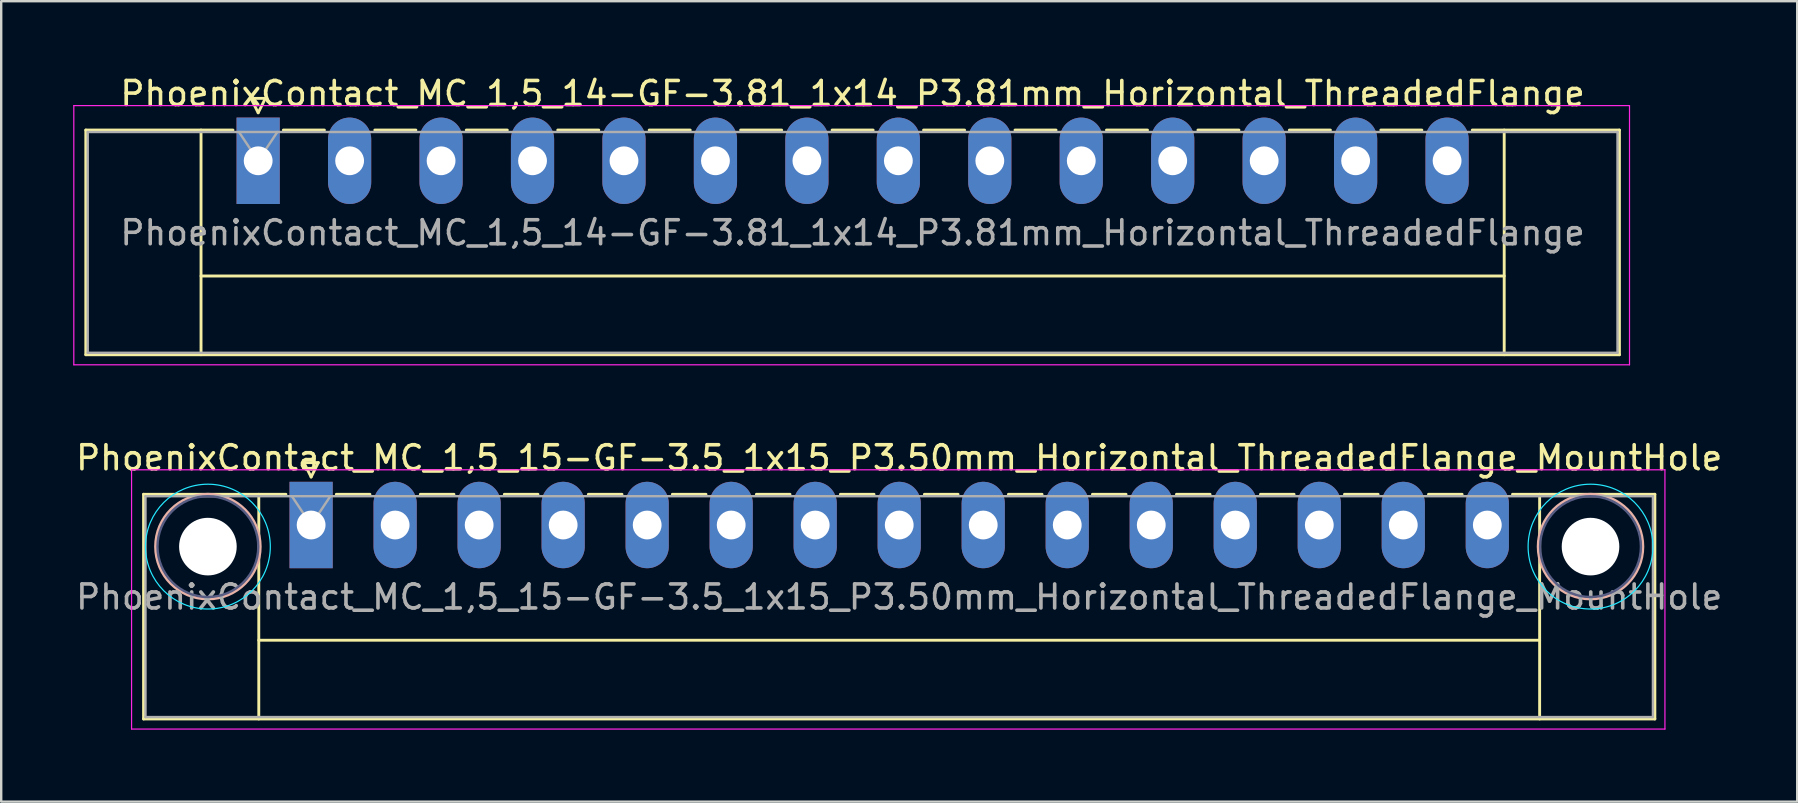
<source format=kicad_pcb>
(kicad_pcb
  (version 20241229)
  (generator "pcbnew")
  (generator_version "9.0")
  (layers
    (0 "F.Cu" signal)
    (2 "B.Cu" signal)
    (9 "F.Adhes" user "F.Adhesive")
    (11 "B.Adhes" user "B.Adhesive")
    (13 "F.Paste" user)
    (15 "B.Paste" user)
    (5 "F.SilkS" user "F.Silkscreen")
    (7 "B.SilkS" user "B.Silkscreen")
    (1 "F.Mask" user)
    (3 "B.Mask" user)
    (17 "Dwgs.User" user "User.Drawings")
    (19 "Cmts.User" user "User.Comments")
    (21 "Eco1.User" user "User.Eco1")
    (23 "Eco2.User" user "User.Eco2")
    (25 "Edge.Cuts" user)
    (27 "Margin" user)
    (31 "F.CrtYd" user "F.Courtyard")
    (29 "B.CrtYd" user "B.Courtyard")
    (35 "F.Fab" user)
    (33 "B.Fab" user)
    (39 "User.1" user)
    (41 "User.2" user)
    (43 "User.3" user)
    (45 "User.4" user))
  (footprint "PhoenixContact_MC_1,5_14-GF-3.81_1x14_P3.81mm_Horizontal_ThreadedFlange"
    (layer "F.Cu")
    (at 7.705 3.648)
    (property "Reference" "PhoenixContact_MC_1,5_14-GF-3.81_1x14_P3.81mm_Horizontal_ThreadedFlange" (at 24.765 -2.8 0) (layer "F.SilkS") (effects (font (size 1 1) (thickness 0.15))))
    (attr through_hole)
    (fp_line (start -7.18 -1.28) (end -7.18 8.08) (stroke (width 0.12) (type solid)) (layer "F.SilkS"))
    (fp_line (start -7.18 -1.28) (end -1.05 -1.28) (stroke (width 0.12) (type solid)) (layer "F.SilkS"))
    (fp_line (start -7.18 8.08) (end 56.71 8.08) (stroke (width 0.12) (type solid)) (layer "F.SilkS"))
    (fp_line (start -2.38 -1.28) (end -2.38 8.08) (stroke (width 0.12) (type solid)) (layer "F.SilkS"))
    (fp_line (start -2.38 4.8) (end 51.91 4.8) (stroke (width 0.12) (type solid)) (layer "F.SilkS"))
    (fp_line (start -0.3 -2.6) (end 0.3 -2.6) (stroke (width 0.12) (type solid)) (layer "F.SilkS"))
    (fp_line (start 0 -2) (end -0.3 -2.6) (stroke (width 0.12) (type solid)) (layer "F.SilkS"))
    (fp_line (start 0.3 -2.6) (end 0 -2) (stroke (width 0.12) (type solid)) (layer "F.SilkS"))
    (fp_line (start 1.05 -1.28) (end 2.76 -1.28) (stroke (width 0.12) (type solid)) (layer "F.SilkS"))
    (fp_line (start 4.86 -1.28) (end 6.57 -1.28) (stroke (width 0.12) (type solid)) (layer "F.SilkS"))
    (fp_line (start 8.67 -1.28) (end 10.38 -1.28) (stroke (width 0.12) (type solid)) (layer "F.SilkS"))
    (fp_line (start 12.48 -1.28) (end 14.19 -1.28) (stroke (width 0.12) (type solid)) (layer "F.SilkS"))
    (fp_line (start 16.29 -1.28) (end 18 -1.28) (stroke (width 0.12) (type solid)) (layer "F.SilkS"))
    (fp_line (start 20.1 -1.28) (end 21.81 -1.28) (stroke (width 0.12) (type solid)) (layer "F.SilkS"))
    (fp_line (start 23.91 -1.28) (end 25.62 -1.28) (stroke (width 0.12) (type solid)) (layer "F.SilkS"))
    (fp_line (start 27.72 -1.28) (end 29.43 -1.28) (stroke (width 0.12) (type solid)) (layer "F.SilkS"))
    (fp_line (start 31.53 -1.28) (end 33.24 -1.28) (stroke (width 0.12) (type solid)) (layer "F.SilkS"))
    (fp_line (start 35.34 -1.28) (end 37.05 -1.28) (stroke (width 0.12) (type solid)) (layer "F.SilkS"))
    (fp_line (start 39.15 -1.28) (end 40.86 -1.28) (stroke (width 0.12) (type solid)) (layer "F.SilkS"))
    (fp_line (start 42.96 -1.28) (end 44.67 -1.28) (stroke (width 0.12) (type solid)) (layer "F.SilkS"))
    (fp_line (start 46.77 -1.28) (end 48.48 -1.28) (stroke (width 0.12) (type solid)) (layer "F.SilkS"))
    (fp_line (start 51.91 -1.28) (end 51.91 8.08) (stroke (width 0.12) (type solid)) (layer "F.SilkS"))
    (fp_line (start 56.71 -1.28) (end 50.58 -1.28) (stroke (width 0.12) (type solid)) (layer "F.SilkS"))
    (fp_line (start 56.71 8.08) (end 56.71 -1.28) (stroke (width 0.12) (type solid)) (layer "F.SilkS"))
    (fp_line (start -7.68 -2.3) (end -7.68 8.5) (stroke (width 0.05) (type solid)) (layer "F.CrtYd"))
    (fp_line (start -7.68 8.5) (end 57.13 8.5) (stroke (width 0.05) (type solid)) (layer "F.CrtYd"))
    (fp_line (start 57.13 -2.3) (end -7.68 -2.3) (stroke (width 0.05) (type solid)) (layer "F.CrtYd"))
    (fp_line (start 57.13 8.5) (end 57.13 -2.3) (stroke (width 0.05) (type solid)) (layer "F.CrtYd"))
    (fp_line (start -7.1 -1.2) (end -7.1 8) (stroke (width 0.1) (type solid)) (layer "F.Fab"))
    (fp_line (start -7.1 8) (end 56.63 8) (stroke (width 0.1) (type solid)) (layer "F.Fab"))
    (fp_line (start 0 0) (end -0.8 -1.2) (stroke (width 0.1) (type solid)) (layer "F.Fab"))
    (fp_line (start 0.8 -1.2) (end 0 0) (stroke (width 0.1) (type solid)) (layer "F.Fab"))
    (fp_line (start 56.63 -1.2) (end -7.1 -1.2) (stroke (width 0.1) (type solid)) (layer "F.Fab"))
    (fp_line (start 56.63 8) (end 56.63 -1.2) (stroke (width 0.1) (type solid)) (layer "F.Fab"))
    (fp_text user "${REFERENCE}" (at 24.765 3 0) (layer "F.Fab") (effects (font (size 1 1) (thickness 0.15))))
    (pad "1" thru_hole rect (at 0 0) (size 1.8 3.6) (drill 1.2) (layers "*.Cu" "*.Mask"))
    (pad "2" thru_hole oval (at 3.81 0) (size 1.8 3.6) (drill 1.2) (layers "*.Cu" "*.Mask"))
    (pad "3" thru_hole oval (at 7.62 0) (size 1.8 3.6) (drill 1.2) (layers "*.Cu" "*.Mask"))
    (pad "4" thru_hole oval (at 11.43 0) (size 1.8 3.6) (drill 1.2) (layers "*.Cu" "*.Mask"))
    (pad "5" thru_hole oval (at 15.24 0) (size 1.8 3.6) (drill 1.2) (layers "*.Cu" "*.Mask"))
    (pad "6" thru_hole oval (at 19.05 0) (size 1.8 3.6) (drill 1.2) (layers "*.Cu" "*.Mask"))
    (pad "7" thru_hole oval (at 22.86 0) (size 1.8 3.6) (drill 1.2) (layers "*.Cu" "*.Mask"))
    (pad "8" thru_hole oval (at 26.67 0) (size 1.8 3.6) (drill 1.2) (layers "*.Cu" "*.Mask"))
    (pad "9" thru_hole oval (at 30.48 0) (size 1.8 3.6) (drill 1.2) (layers "*.Cu" "*.Mask"))
    (pad "10" thru_hole oval (at 34.29 0) (size 1.8 3.6) (drill 1.2) (layers "*.Cu" "*.Mask"))
    (pad "11" thru_hole oval (at 38.1 0) (size 1.8 3.6) (drill 1.2) (layers "*.Cu" "*.Mask"))
    (pad "12" thru_hole oval (at 41.91 0) (size 1.8 3.6) (drill 1.2) (layers "*.Cu" "*.Mask"))
    (pad "13" thru_hole oval (at 45.72 0) (size 1.8 3.6) (drill 1.2) (layers "*.Cu" "*.Mask"))
    (pad "14" thru_hole oval (at 49.53 0) (size 1.8 3.6) (drill 1.2) (layers "*.Cu" "*.Mask")))
  (footprint "PhoenixContact_MC_1,5_15-GF-3.5_1x15_P3.50mm_Horizontal_ThreadedFlange_MountHole"
    (layer "F.Cu")
    (at 9.911 18.822)
    (property "Reference" "PhoenixContact_MC_1,5_15-GF-3.5_1x15_P3.50mm_Horizontal_ThreadedFlange_MountHole" (at 24.5 -2.8 0) (layer "F.SilkS") (effects (font (size 1 1) (thickness 0.15))))
    (attr through_hole)
    (fp_line (start -6.98 -1.28) (end -6.98 8.08) (stroke (width 0.12) (type solid)) (layer "F.SilkS"))
    (fp_line (start -6.98 -1.28) (end -1.05 -1.28) (stroke (width 0.12) (type solid)) (layer "F.SilkS"))
    (fp_line (start -6.98 8.08) (end 55.98 8.08) (stroke (width 0.12) (type solid)) (layer "F.SilkS"))
    (fp_line (start -2.18 -1.28) (end -2.18 8.08) (stroke (width 0.12) (type solid)) (layer "F.SilkS"))
    (fp_line (start -2.18 4.8) (end 51.18 4.8) (stroke (width 0.12) (type solid)) (layer "F.SilkS"))
    (fp_line (start -0.3 -2.6) (end 0.3 -2.6) (stroke (width 0.12) (type solid)) (layer "F.SilkS"))
    (fp_line (start 0 -2) (end -0.3 -2.6) (stroke (width 0.12) (type solid)) (layer "F.SilkS"))
    (fp_line (start 0.3 -2.6) (end 0 -2) (stroke (width 0.12) (type solid)) (layer "F.SilkS"))
    (fp_line (start 1.05 -1.28) (end 2.45 -1.28) (stroke (width 0.12) (type solid)) (layer "F.SilkS"))
    (fp_line (start 4.55 -1.28) (end 5.95 -1.28) (stroke (width 0.12) (type solid)) (layer "F.SilkS"))
    (fp_line (start 8.05 -1.28) (end 9.45 -1.28) (stroke (width 0.12) (type solid)) (layer "F.SilkS"))
    (fp_line (start 11.55 -1.28) (end 12.95 -1.28) (stroke (width 0.12) (type solid)) (layer "F.SilkS"))
    (fp_line (start 15.05 -1.28) (end 16.45 -1.28) (stroke (width 0.12) (type solid)) (layer "F.SilkS"))
    (fp_line (start 18.55 -1.28) (end 19.95 -1.28) (stroke (width 0.12) (type solid)) (layer "F.SilkS"))
    (fp_line (start 22.05 -1.28) (end 23.45 -1.28) (stroke (width 0.12) (type solid)) (layer "F.SilkS"))
    (fp_line (start 25.55 -1.28) (end 26.95 -1.28) (stroke (width 0.12) (type solid)) (layer "F.SilkS"))
    (fp_line (start 29.05 -1.28) (end 30.45 -1.28) (stroke (width 0.12) (type solid)) (layer "F.SilkS"))
    (fp_line (start 32.55 -1.28) (end 33.95 -1.28) (stroke (width 0.12) (type solid)) (layer "F.SilkS"))
    (fp_line (start 36.05 -1.28) (end 37.45 -1.28) (stroke (width 0.12) (type solid)) (layer "F.SilkS"))
    (fp_line (start 39.55 -1.28) (end 40.95 -1.28) (stroke (width 0.12) (type solid)) (layer "F.SilkS"))
    (fp_line (start 43.05 -1.28) (end 44.45 -1.28) (stroke (width 0.12) (type solid)) (layer "F.SilkS"))
    (fp_line (start 46.55 -1.28) (end 47.95 -1.28) (stroke (width 0.12) (type solid)) (layer "F.SilkS"))
    (fp_line (start 51.18 -1.28) (end 51.18 8.08) (stroke (width 0.12) (type solid)) (layer "F.SilkS"))
    (fp_line (start 55.98 -1.28) (end 50.05 -1.28) (stroke (width 0.12) (type solid)) (layer "F.SilkS"))
    (fp_line (start 55.98 8.08) (end 55.98 -1.28) (stroke (width 0.12) (type solid)) (layer "F.SilkS"))
    (fp_circle (center -4.3 0.9) (end -2.12 0.9) (stroke (width 0.12) (type solid)) (fill no) (layer "B.SilkS"))
    (fp_circle (center 53.3 0.9) (end 55.48 0.9) (stroke (width 0.12) (type solid)) (fill no) (layer "B.SilkS"))
    (fp_circle (center -4.3 0.9) (end -1.7 0.9) (stroke (width 0.05) (type solid)) (fill no) (layer "B.CrtYd"))
    (fp_circle (center 53.3 0.9) (end 55.9 0.9) (stroke (width 0.05) (type solid)) (fill no) (layer "B.CrtYd"))
    (fp_line (start -7.48 -2.3) (end -7.48 8.5) (stroke (width 0.05) (type solid)) (layer "F.CrtYd"))
    (fp_line (start -7.48 8.5) (end 56.4 8.5) (stroke (width 0.05) (type solid)) (layer "F.CrtYd"))
    (fp_line (start 56.4 -2.3) (end -7.48 -2.3) (stroke (width 0.05) (type solid)) (layer "F.CrtYd"))
    (fp_line (start 56.4 8.5) (end 56.4 -2.3) (stroke (width 0.05) (type solid)) (layer "F.CrtYd"))
    (fp_circle (center -4.3 0.9) (end -2.2 0.9) (stroke (width 0.1) (type solid)) (fill no) (layer "B.Fab"))
    (fp_circle (center 53.3 0.9) (end 55.4 0.9) (stroke (width 0.1) (type solid)) (fill no) (layer "B.Fab"))
    (fp_line (start -6.9 -1.2) (end -6.9 8) (stroke (width 0.1) (type solid)) (layer "F.Fab"))
    (fp_line (start -6.9 8) (end 55.9 8) (stroke (width 0.1) (type solid)) (layer "F.Fab"))
    (fp_line (start 0 0) (end -0.8 -1.2) (stroke (width 0.1) (type solid)) (layer "F.Fab"))
    (fp_line (start 0.8 -1.2) (end 0 0) (stroke (width 0.1) (type solid)) (layer "F.Fab"))
    (fp_line (start 55.9 -1.2) (end -6.9 -1.2) (stroke (width 0.1) (type solid)) (layer "F.Fab"))
    (fp_line (start 55.9 8) (end 55.9 -1.2) (stroke (width 0.1) (type solid)) (layer "F.Fab"))
    (fp_text user "${REFERENCE}" (at 24.5 3 0) (layer "F.Fab") (effects (font (size 1 1) (thickness 0.15))))
    (pad "" np_thru_hole circle (at -4.3 0.9) (size 2.4 2.4) (drill 2.4) (layers "*.Cu" "*.Mask"))
    (pad "" np_thru_hole circle (at 53.3 0.9) (size 2.4 2.4) (drill 2.4) (layers "*.Cu" "*.Mask"))
    (pad "1" thru_hole rect (at 0 0) (size 1.8 3.6) (drill 1.2) (layers "*.Cu" "*.Mask"))
    (pad "2" thru_hole oval (at 3.5 0) (size 1.8 3.6) (drill 1.2) (layers "*.Cu" "*.Mask"))
    (pad "3" thru_hole oval (at 7 0) (size 1.8 3.6) (drill 1.2) (layers "*.Cu" "*.Mask"))
    (pad "4" thru_hole oval (at 10.5 0) (size 1.8 3.6) (drill 1.2) (layers "*.Cu" "*.Mask"))
    (pad "5" thru_hole oval (at 14 0) (size 1.8 3.6) (drill 1.2) (layers "*.Cu" "*.Mask"))
    (pad "6" thru_hole oval (at 17.5 0) (size 1.8 3.6) (drill 1.2) (layers "*.Cu" "*.Mask"))
    (pad "7" thru_hole oval (at 21 0) (size 1.8 3.6) (drill 1.2) (layers "*.Cu" "*.Mask"))
    (pad "8" thru_hole oval (at 24.5 0) (size 1.8 3.6) (drill 1.2) (layers "*.Cu" "*.Mask"))
    (pad "9" thru_hole oval (at 28 0) (size 1.8 3.6) (drill 1.2) (layers "*.Cu" "*.Mask"))
    (pad "10" thru_hole oval (at 31.5 0) (size 1.8 3.6) (drill 1.2) (layers "*.Cu" "*.Mask"))
    (pad "11" thru_hole oval (at 35 0) (size 1.8 3.6) (drill 1.2) (layers "*.Cu" "*.Mask"))
    (pad "12" thru_hole oval (at 38.5 0) (size 1.8 3.6) (drill 1.2) (layers "*.Cu" "*.Mask"))
    (pad "13" thru_hole oval (at 42 0) (size 1.8 3.6) (drill 1.2) (layers "*.Cu" "*.Mask"))
    (pad "14" thru_hole oval (at 45.5 0) (size 1.8 3.6) (drill 1.2) (layers "*.Cu" "*.Mask"))
    (pad "15" thru_hole oval (at 49 0) (size 1.8 3.6) (drill 1.2) (layers "*.Cu" "*.Mask")))
  (gr_rect
    (start -3 -3)
    (end 71.821 30.346)
    (stroke (width 0.1) (type default))
    (fill no)
    (layer "Edge.Cuts")))
</source>
